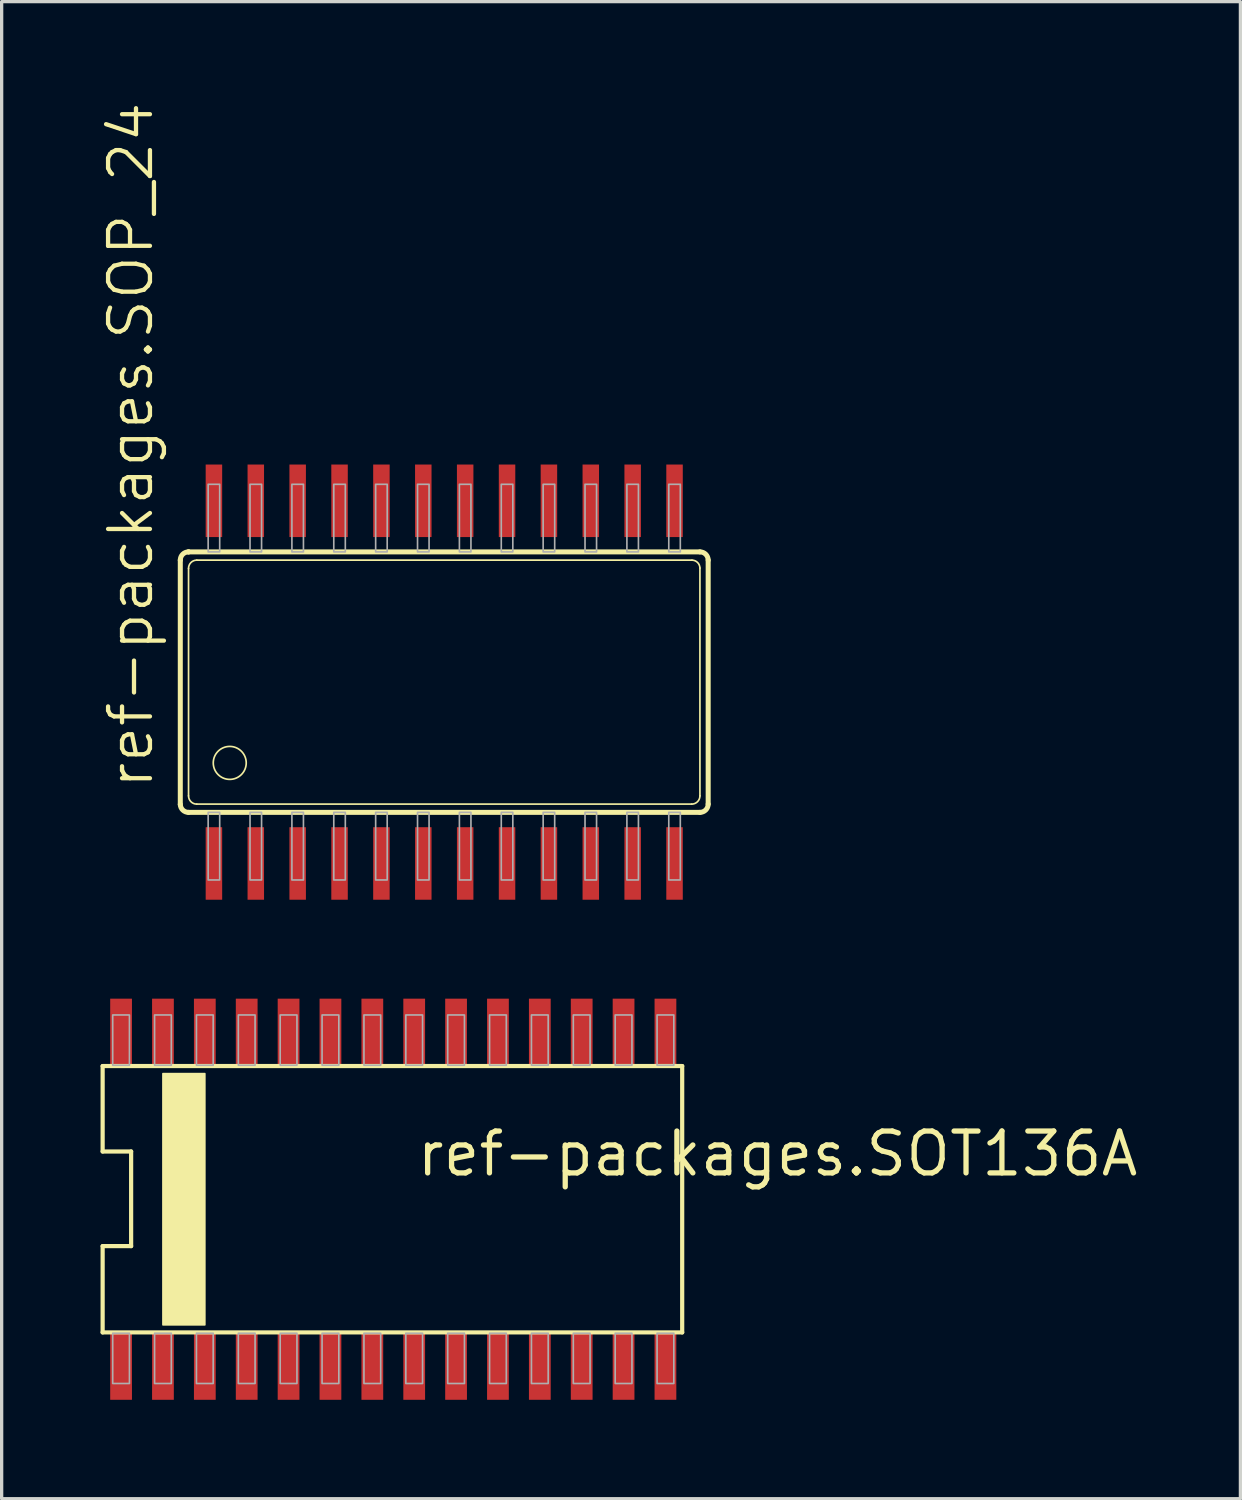
<source format=kicad_pcb>
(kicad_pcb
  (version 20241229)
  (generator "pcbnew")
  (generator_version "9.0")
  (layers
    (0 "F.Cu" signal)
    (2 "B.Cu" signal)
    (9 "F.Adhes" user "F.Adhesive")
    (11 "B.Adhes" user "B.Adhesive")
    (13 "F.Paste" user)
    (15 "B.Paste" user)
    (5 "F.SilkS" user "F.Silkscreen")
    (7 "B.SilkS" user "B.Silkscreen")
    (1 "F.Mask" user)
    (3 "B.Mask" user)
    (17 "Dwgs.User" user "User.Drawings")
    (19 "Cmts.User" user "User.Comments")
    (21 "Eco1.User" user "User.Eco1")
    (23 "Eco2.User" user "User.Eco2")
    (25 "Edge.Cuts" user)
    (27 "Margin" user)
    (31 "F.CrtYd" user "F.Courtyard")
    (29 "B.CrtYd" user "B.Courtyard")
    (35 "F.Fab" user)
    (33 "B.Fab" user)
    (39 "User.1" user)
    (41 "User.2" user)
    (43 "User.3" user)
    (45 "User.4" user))
  (footprint "ref-packages.SOT136A"
    (layer "F.Cu")
    (at 8.877 33.321)
    (property "Reference" "ref-packages.SOT136A" (at 0.635 -0.635 0) (layer "F.SilkS") (effects (font (size 1.27 1.27) (thickness 0.16)) (justify left bottom)))
    (attr smd)
    (fp_line (start -8.814 -4.039) (end -8.814 -1.448) (stroke (width 0.127) (type default)) (layer "F.SilkS"))
    (fp_line (start -8.814 -1.448) (end -7.95 -1.448) (stroke (width 0.127) (type default)) (layer "F.SilkS"))
    (fp_line (start -8.814 1.422) (end -8.814 4.039) (stroke (width 0.127) (type default)) (layer "F.SilkS"))
    (fp_line (start -8.814 4.039) (end 8.763 4.039) (stroke (width 0.127) (type default)) (layer "F.SilkS"))
    (fp_line (start -7.95 -1.448) (end -7.95 1.422) (stroke (width 0.127) (type default)) (layer "F.SilkS"))
    (fp_line (start -7.95 1.422) (end -8.814 1.422) (stroke (width 0.127) (type default)) (layer "F.SilkS"))
    (fp_line (start 8.763 -4.039) (end -8.814 -4.039) (stroke (width 0.127) (type default)) (layer "F.SilkS"))
    (fp_line (start 8.763 4.039) (end 8.763 -4.039) (stroke (width 0.127) (type default)) (layer "F.SilkS"))
    (fp_rect (start -6.985 3.81) (end -5.715 -3.81) (stroke (width 0.05) (type default)) (fill yes) (layer "F.SilkS"))
    (fp_rect (start -8.509 -4.064) (end -8.001 -5.588) (stroke (width 0.05) (type default)) (fill no) (layer "F.Fab"))
    (fp_rect (start -8.509 5.588) (end -8.001 4.064) (stroke (width 0.05) (type default)) (fill no) (layer "F.Fab"))
    (fp_rect (start -7.239 -4.064) (end -6.731 -5.588) (stroke (width 0.05) (type default)) (fill no) (layer "F.Fab"))
    (fp_rect (start -7.239 5.588) (end -6.731 4.064) (stroke (width 0.05) (type default)) (fill no) (layer "F.Fab"))
    (fp_rect (start -5.969 -4.064) (end -5.461 -5.588) (stroke (width 0.05) (type default)) (fill no) (layer "F.Fab"))
    (fp_rect (start -5.969 5.588) (end -5.461 4.064) (stroke (width 0.05) (type default)) (fill no) (layer "F.Fab"))
    (fp_rect (start -4.699 -4.064) (end -4.191 -5.588) (stroke (width 0.05) (type default)) (fill no) (layer "F.Fab"))
    (fp_rect (start -4.699 5.588) (end -4.191 4.064) (stroke (width 0.05) (type default)) (fill no) (layer "F.Fab"))
    (fp_rect (start -3.429 -4.064) (end -2.921 -5.588) (stroke (width 0.05) (type default)) (fill no) (layer "F.Fab"))
    (fp_rect (start -3.429 5.588) (end -2.921 4.064) (stroke (width 0.05) (type default)) (fill no) (layer "F.Fab"))
    (fp_rect (start -2.159 -4.064) (end -1.651 -5.588) (stroke (width 0.05) (type default)) (fill no) (layer "F.Fab"))
    (fp_rect (start -2.159 5.588) (end -1.651 4.064) (stroke (width 0.05) (type default)) (fill no) (layer "F.Fab"))
    (fp_rect (start -0.889 -4.064) (end -0.381 -5.588) (stroke (width 0.05) (type default)) (fill no) (layer "F.Fab"))
    (fp_rect (start -0.889 5.588) (end -0.381 4.064) (stroke (width 0.05) (type default)) (fill no) (layer "F.Fab"))
    (fp_rect (start 0.381 -4.064) (end 0.889 -5.588) (stroke (width 0.05) (type default)) (fill no) (layer "F.Fab"))
    (fp_rect (start 0.381 5.588) (end 0.889 4.064) (stroke (width 0.05) (type default)) (fill no) (layer "F.Fab"))
    (fp_rect (start 1.651 -4.064) (end 2.159 -5.588) (stroke (width 0.05) (type default)) (fill no) (layer "F.Fab"))
    (fp_rect (start 1.651 5.588) (end 2.159 4.064) (stroke (width 0.05) (type default)) (fill no) (layer "F.Fab"))
    (fp_rect (start 2.921 -4.064) (end 3.429 -5.588) (stroke (width 0.05) (type default)) (fill no) (layer "F.Fab"))
    (fp_rect (start 2.921 5.588) (end 3.429 4.064) (stroke (width 0.05) (type default)) (fill no) (layer "F.Fab"))
    (fp_rect (start 4.191 -4.064) (end 4.699 -5.588) (stroke (width 0.05) (type default)) (fill no) (layer "F.Fab"))
    (fp_rect (start 4.191 5.588) (end 4.699 4.064) (stroke (width 0.05) (type default)) (fill no) (layer "F.Fab"))
    (fp_rect (start 5.461 -4.064) (end 5.969 -5.588) (stroke (width 0.05) (type default)) (fill no) (layer "F.Fab"))
    (fp_rect (start 5.461 5.588) (end 5.969 4.064) (stroke (width 0.05) (type default)) (fill no) (layer "F.Fab"))
    (fp_rect (start 6.731 -4.064) (end 7.239 -5.588) (stroke (width 0.05) (type default)) (fill no) (layer "F.Fab"))
    (fp_rect (start 6.731 5.588) (end 7.239 4.064) (stroke (width 0.05) (type default)) (fill no) (layer "F.Fab"))
    (fp_rect (start 8.001 -4.064) (end 8.509 -5.588) (stroke (width 0.05) (type default)) (fill no) (layer "F.Fab"))
    (fp_rect (start 8.001 5.588) (end 8.509 4.064) (stroke (width 0.05) (type default)) (fill no) (layer "F.Fab"))
    (pad "1" smd roundrect (at -8.255 5.08) (size 0.66 2.007) (layers "F.Cu" "F.Mask" "F.Paste") (roundrect_rratio 0.01))
    (pad "2" smd roundrect (at -6.985 5.08) (size 0.66 2.007) (layers "F.Cu" "F.Mask" "F.Paste") (roundrect_rratio 0.01))
    (pad "3" smd roundrect (at -5.715 5.08) (size 0.66 2.007) (layers "F.Cu" "F.Mask" "F.Paste") (roundrect_rratio 0.01))
    (pad "4" smd roundrect (at -4.445 5.08) (size 0.66 2.007) (layers "F.Cu" "F.Mask" "F.Paste") (roundrect_rratio 0.01))
    (pad "5" smd roundrect (at -3.175 5.08) (size 0.66 2.007) (layers "F.Cu" "F.Mask" "F.Paste") (roundrect_rratio 0.01))
    (pad "6" smd roundrect (at -1.905 5.08) (size 0.66 2.007) (layers "F.Cu" "F.Mask" "F.Paste") (roundrect_rratio 0.01))
    (pad "7" smd roundrect (at -0.635 5.08) (size 0.66 2.007) (layers "F.Cu" "F.Mask" "F.Paste") (roundrect_rratio 0.01))
    (pad "8" smd roundrect (at 0.635 5.08) (size 0.66 2.007) (layers "F.Cu" "F.Mask" "F.Paste") (roundrect_rratio 0.01))
    (pad "9" smd roundrect (at 1.905 5.08) (size 0.66 2.007) (layers "F.Cu" "F.Mask" "F.Paste") (roundrect_rratio 0.01))
    (pad "10" smd roundrect (at 3.175 5.08) (size 0.66 2.007) (layers "F.Cu" "F.Mask" "F.Paste") (roundrect_rratio 0.01))
    (pad "11" smd roundrect (at 4.445 5.08) (size 0.66 2.007) (layers "F.Cu" "F.Mask" "F.Paste") (roundrect_rratio 0.01))
    (pad "12" smd roundrect (at 5.715 5.08) (size 0.66 2.007) (layers "F.Cu" "F.Mask" "F.Paste") (roundrect_rratio 0.01))
    (pad "13" smd roundrect (at 6.985 5.08) (size 0.66 2.007) (layers "F.Cu" "F.Mask" "F.Paste") (roundrect_rratio 0.01))
    (pad "14" smd roundrect (at 8.255 5.08) (size 0.66 2.007) (layers "F.Cu" "F.Mask" "F.Paste") (roundrect_rratio 0.01))
    (pad "15" smd roundrect (at 8.255 -5.08) (size 0.66 2.007) (layers "F.Cu" "F.Mask" "F.Paste") (roundrect_rratio 0.01))
    (pad "16" smd roundrect (at 6.985 -5.08) (size 0.66 2.007) (layers "F.Cu" "F.Mask" "F.Paste") (roundrect_rratio 0.01))
    (pad "17" smd roundrect (at 5.715 -5.08) (size 0.66 2.007) (layers "F.Cu" "F.Mask" "F.Paste") (roundrect_rratio 0.01))
    (pad "18" smd roundrect (at 4.445 -5.08) (size 0.66 2.007) (layers "F.Cu" "F.Mask" "F.Paste") (roundrect_rratio 0.01))
    (pad "19" smd roundrect (at 3.175 -5.08) (size 0.66 2.007) (layers "F.Cu" "F.Mask" "F.Paste") (roundrect_rratio 0.01))
    (pad "20" smd roundrect (at 1.905 -5.08) (size 0.66 2.007) (layers "F.Cu" "F.Mask" "F.Paste") (roundrect_rratio 0.01))
    (pad "21" smd roundrect (at 0.635 -5.08) (size 0.66 2.007) (layers "F.Cu" "F.Mask" "F.Paste") (roundrect_rratio 0.01))
    (pad "22" smd roundrect (at -0.635 -5.08) (size 0.66 2.007) (layers "F.Cu" "F.Mask" "F.Paste") (roundrect_rratio 0.01))
    (pad "23" smd roundrect (at -1.905 -5.08) (size 0.66 2.007) (layers "F.Cu" "F.Mask" "F.Paste") (roundrect_rratio 0.01))
    (pad "24" smd roundrect (at -3.175 -5.08) (size 0.66 2.007) (layers "F.Cu" "F.Mask" "F.Paste") (roundrect_rratio 0.01))
    (pad "25" smd roundrect (at -4.445 -5.08) (size 0.66 2.007) (layers "F.Cu" "F.Mask" "F.Paste") (roundrect_rratio 0.01))
    (pad "26" smd roundrect (at -5.715 -5.08) (size 0.66 2.007) (layers "F.Cu" "F.Mask" "F.Paste") (roundrect_rratio 0.01))
    (pad "27" smd roundrect (at -6.985 -5.08) (size 0.66 2.007) (layers "F.Cu" "F.Mask" "F.Paste") (roundrect_rratio 0.01))
    (pad "28" smd roundrect (at -8.255 -5.08) (size 0.66 2.007) (layers "F.Cu" "F.Mask" "F.Paste") (roundrect_rratio 0.01)))
  (footprint "ref-packages.SOP_24"
    (layer "F.Cu")
    (at 10.423 17.638)
    (property "Reference" "ref-packages.SOP_24" (at -8.763 3.302 90) (layer "F.SilkS") (effects (font (size 1.27 1.27) (thickness 0.13)) (justify left bottom)))
    (attr smd)
    (fp_line (start -8.005 3.71) (end -8.005 -3.7) (stroke (width 0.152) (type default)) (layer "F.SilkS"))
    (fp_line (start -7.756 -3.95) (end -7.755 -3.95) (stroke (width 0.152) (type default)) (layer "F.SilkS"))
    (fp_line (start -7.755 -3.95) (end 7.755 -3.95) (stroke (width 0.152) (type default)) (layer "F.SilkS"))
    (fp_line (start -7.755 3.45) (end -7.755 -3.45) (stroke (width 0.051) (type default)) (layer "F.SilkS"))
    (fp_line (start -7.505 -3.7) (end 7.515 -3.7) (stroke (width 0.051) (type default)) (layer "F.SilkS"))
    (fp_line (start 7.505 3.7) (end -7.505 3.7) (stroke (width 0.051) (type default)) (layer "F.SilkS"))
    (fp_line (start 7.755 -3.46) (end 7.755 3.45) (stroke (width 0.051) (type default)) (layer "F.SilkS"))
    (fp_line (start 7.755 3.95) (end -7.755 3.95) (stroke (width 0.152) (type default)) (layer "F.SilkS"))
    (fp_line (start 8.005 -3.7) (end 8.005 3.7) (stroke (width 0.152) (type default)) (layer "F.SilkS"))
    (fp_arc (start -8.005 -3.7) (mid -7.931777 -3.876777) (end -7.755 -3.95) (stroke (width 0.1524) (type default)) (layer "F.SilkS"))
    (fp_arc (start -7.755 -3.45) (mid -7.681777 -3.626777) (end -7.505 -3.7) (stroke (width 0.0508) (type default)) (layer "F.SilkS"))
    (fp_arc (start -7.755 3.95) (mid -7.928333 3.880347) (end -8.005 3.71) (stroke (width 0.1524) (type default)) (layer "F.SilkS"))
    (fp_arc (start -7.505 3.7) (mid -7.681777 3.626777) (end -7.755 3.45) (stroke (width 0.0508) (type default)) (layer "F.SilkS"))
    (fp_arc (start 7.515 -3.7) (mid 7.683277 -3.628277) (end 7.755 -3.46) (stroke (width 0.0508) (type default)) (layer "F.SilkS"))
    (fp_arc (start 7.755 -3.95) (mid 7.931777 -3.876777) (end 8.005 -3.7) (stroke (width 0.1524) (type default)) (layer "F.SilkS"))
    (fp_arc (start 7.755 3.45) (mid 7.681777 3.626777) (end 7.505 3.7) (stroke (width 0.0508) (type default)) (layer "F.SilkS"))
    (fp_arc (start 8.005 3.7) (mid 7.931777 3.876777) (end 7.755 3.95) (stroke (width 0.1524) (type default)) (layer "F.SilkS"))
    (fp_circle (center -6.505 2.45) (end -6.005 2.45) (stroke (width 0.051) (type default)) (fill no) (layer "F.SilkS"))
    (fp_rect (start -7.16 -3.95) (end -6.81 -6) (stroke (width 0.05) (type default)) (fill no) (layer "F.Fab"))
    (fp_rect (start -7.16 6) (end -6.81 3.95) (stroke (width 0.05) (type default)) (fill no) (layer "F.Fab"))
    (fp_rect (start -5.89 -3.95) (end -5.54 -6) (stroke (width 0.05) (type default)) (fill no) (layer "F.Fab"))
    (fp_rect (start -5.89 6) (end -5.54 3.95) (stroke (width 0.05) (type default)) (fill no) (layer "F.Fab"))
    (fp_rect (start -4.62 -3.95) (end -4.27 -6) (stroke (width 0.05) (type default)) (fill no) (layer "F.Fab"))
    (fp_rect (start -4.62 6) (end -4.27 3.95) (stroke (width 0.05) (type default)) (fill no) (layer "F.Fab"))
    (fp_rect (start -3.35 -3.95) (end -3 -6) (stroke (width 0.05) (type default)) (fill no) (layer "F.Fab"))
    (fp_rect (start -3.35 6) (end -3 3.95) (stroke (width 0.05) (type default)) (fill no) (layer "F.Fab"))
    (fp_rect (start -2.08 -3.95) (end -1.73 -6) (stroke (width 0.05) (type default)) (fill no) (layer "F.Fab"))
    (fp_rect (start -2.08 6) (end -1.73 3.95) (stroke (width 0.05) (type default)) (fill no) (layer "F.Fab"))
    (fp_rect (start -0.81 -3.95) (end -0.46 -6) (stroke (width 0.05) (type default)) (fill no) (layer "F.Fab"))
    (fp_rect (start -0.81 6) (end -0.46 3.95) (stroke (width 0.05) (type default)) (fill no) (layer "F.Fab"))
    (fp_rect (start 0.46 -3.95) (end 0.81 -6) (stroke (width 0.05) (type default)) (fill no) (layer "F.Fab"))
    (fp_rect (start 0.46 6) (end 0.81 3.95) (stroke (width 0.05) (type default)) (fill no) (layer "F.Fab"))
    (fp_rect (start 1.73 -3.95) (end 2.08 -6) (stroke (width 0.05) (type default)) (fill no) (layer "F.Fab"))
    (fp_rect (start 1.73 6) (end 2.08 3.95) (stroke (width 0.05) (type default)) (fill no) (layer "F.Fab"))
    (fp_rect (start 3 -3.95) (end 3.35 -6) (stroke (width 0.05) (type default)) (fill no) (layer "F.Fab"))
    (fp_rect (start 3 6) (end 3.35 3.95) (stroke (width 0.05) (type default)) (fill no) (layer "F.Fab"))
    (fp_rect (start 4.27 -3.95) (end 4.62 -6) (stroke (width 0.05) (type default)) (fill no) (layer "F.Fab"))
    (fp_rect (start 4.27 6) (end 4.62 3.95) (stroke (width 0.05) (type default)) (fill no) (layer "F.Fab"))
    (fp_rect (start 5.54 -3.95) (end 5.89 -6) (stroke (width 0.05) (type default)) (fill no) (layer "F.Fab"))
    (fp_rect (start 5.54 6) (end 5.89 3.95) (stroke (width 0.05) (type default)) (fill no) (layer "F.Fab"))
    (fp_rect (start 6.81 -3.95) (end 7.16 -6) (stroke (width 0.05) (type default)) (fill no) (layer "F.Fab"))
    (fp_rect (start 6.81 6) (end 7.16 3.95) (stroke (width 0.05) (type default)) (fill no) (layer "F.Fab"))
    (pad "1" smd roundrect (at -6.985 5.5) (size 0.5 2.2) (layers "F.Cu" "F.Mask" "F.Paste") (roundrect_rratio 0.01))
    (pad "2" smd roundrect (at -5.715 5.5) (size 0.5 2.2) (layers "F.Cu" "F.Mask" "F.Paste") (roundrect_rratio 0.01))
    (pad "3" smd roundrect (at -4.445 5.5) (size 0.5 2.2) (layers "F.Cu" "F.Mask" "F.Paste") (roundrect_rratio 0.01))
    (pad "4" smd roundrect (at -3.175 5.5) (size 0.5 2.2) (layers "F.Cu" "F.Mask" "F.Paste") (roundrect_rratio 0.01))
    (pad "5" smd roundrect (at -1.905 5.5) (size 0.5 2.2) (layers "F.Cu" "F.Mask" "F.Paste") (roundrect_rratio 0.01))
    (pad "6" smd roundrect (at -0.635 5.5) (size 0.5 2.2) (layers "F.Cu" "F.Mask" "F.Paste") (roundrect_rratio 0.01))
    (pad "7" smd roundrect (at 0.635 5.5) (size 0.5 2.2) (layers "F.Cu" "F.Mask" "F.Paste") (roundrect_rratio 0.01))
    (pad "8" smd roundrect (at 1.905 5.5) (size 0.5 2.2) (layers "F.Cu" "F.Mask" "F.Paste") (roundrect_rratio 0.01))
    (pad "9" smd roundrect (at 3.175 5.5) (size 0.5 2.2) (layers "F.Cu" "F.Mask" "F.Paste") (roundrect_rratio 0.01))
    (pad "10" smd roundrect (at 4.445 5.5) (size 0.5 2.2) (layers "F.Cu" "F.Mask" "F.Paste") (roundrect_rratio 0.01))
    (pad "11" smd roundrect (at 5.715 5.5) (size 0.5 2.2) (layers "F.Cu" "F.Mask" "F.Paste") (roundrect_rratio 0.01))
    (pad "12" smd roundrect (at 6.985 5.5) (size 0.5 2.2) (layers "F.Cu" "F.Mask" "F.Paste") (roundrect_rratio 0.01))
    (pad "13" smd roundrect (at 6.985 -5.5) (size 0.5 2.2) (layers "F.Cu" "F.Mask" "F.Paste") (roundrect_rratio 0.01))
    (pad "14" smd roundrect (at 5.715 -5.5) (size 0.5 2.2) (layers "F.Cu" "F.Mask" "F.Paste") (roundrect_rratio 0.01))
    (pad "15" smd roundrect (at 4.445 -5.5) (size 0.5 2.2) (layers "F.Cu" "F.Mask" "F.Paste") (roundrect_rratio 0.01))
    (pad "16" smd roundrect (at 3.175 -5.5) (size 0.5 2.2) (layers "F.Cu" "F.Mask" "F.Paste") (roundrect_rratio 0.01))
    (pad "17" smd roundrect (at 1.905 -5.5) (size 0.5 2.2) (layers "F.Cu" "F.Mask" "F.Paste") (roundrect_rratio 0.01))
    (pad "18" smd roundrect (at 0.635 -5.5) (size 0.5 2.2) (layers "F.Cu" "F.Mask" "F.Paste") (roundrect_rratio 0.01))
    (pad "19" smd roundrect (at -0.635 -5.5) (size 0.5 2.2) (layers "F.Cu" "F.Mask" "F.Paste") (roundrect_rratio 0.01))
    (pad "20" smd roundrect (at -1.905 -5.5) (size 0.5 2.2) (layers "F.Cu" "F.Mask" "F.Paste") (roundrect_rratio 0.01))
    (pad "21" smd roundrect (at -3.175 -5.5) (size 0.5 2.2) (layers "F.Cu" "F.Mask" "F.Paste") (roundrect_rratio 0.01))
    (pad "22" smd roundrect (at -4.445 -5.5) (size 0.5 2.2) (layers "F.Cu" "F.Mask" "F.Paste") (roundrect_rratio 0.01))
    (pad "23" smd roundrect (at -5.715 -5.5) (size 0.5 2.2) (layers "F.Cu" "F.Mask" "F.Paste") (roundrect_rratio 0.01))
    (pad "24" smd roundrect (at -6.985 -5.5) (size 0.5 2.2) (layers "F.Cu" "F.Mask" "F.Paste") (roundrect_rratio 0.01)))
  (gr_rect
    (start -3 -3)
    (end 34.57 42.404)
    (stroke (width 0.1) (type default))
    (fill no)
    (layer "Edge.Cuts")))
</source>
